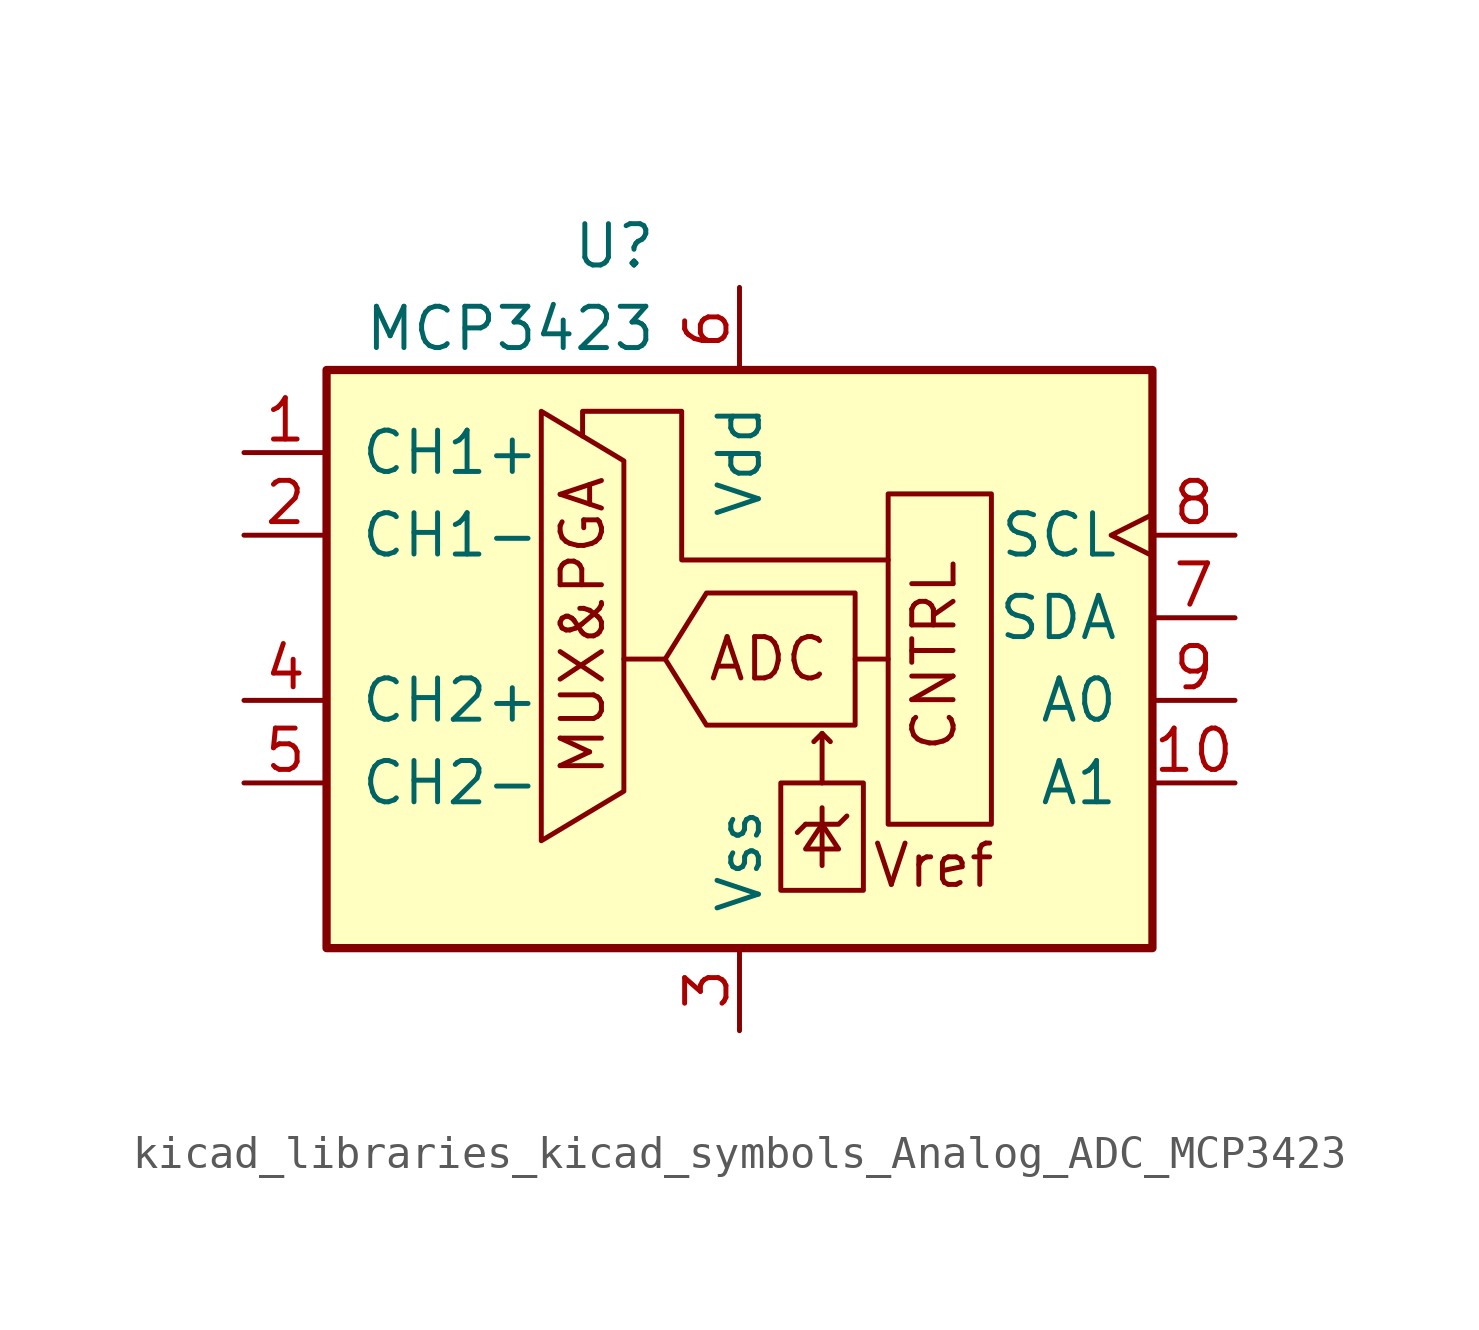
<source format=kicad_sym>
(kicad_symbol_lib
  (version 20220914)
  (generator kicad_symbol_editor)
  (symbol "kicad_libraries_kicad_symbols_Analog_ADC_MCP3423"
    (pin_names
      (offset 1.016))
    (property "Reference" "U"
      (at -2.54 11.43 0)
      (effects (font (size 1.27 1.27)) (justify right)))
    (property "Value" "MCP3423"
      (at -2.54 8.89 0)
      (effects (font (size 1.27 1.27)) (justify right)))
    (symbol "kicad_libraries_kicad_symbols_Analog_ADC_MCP3423_0_0"
      (polyline (pts (xy -6.096 6.35) (xy -3.556 4.826) (xy -3.556 -5.334) (xy -6.096 -6.858) (xy -6.096 6.35)) (stroke (width 0) (type default)) (fill (type none)))
      (polyline (pts (xy 4.572 1.778) (xy -1.778 1.778) (xy -1.778 6.35) (xy -4.826 6.35) (xy -4.826 5.588)) (stroke (width 0) (type default)) (fill (type none)))
      (polyline (pts (xy 3.556 0.762) (xy 3.556 -3.302) (xy -1.016 -3.302) (xy -2.286 -1.27) (xy -1.016 0.762) (xy 3.556 0.762)) (stroke (width 0) (type default)) (fill (type none)))
      (text "ADC" (at 0.889 -1.27 0) (effects (font (size 1.27 1.27))))
      (text "CNTRL" (at 6.731 -4.191 900) (effects (font (size 1.27 1.27)) (justify left bottom)))
      (text "MUX&PGA" (at -4.826 -0.254 900) (effects (font (size 1.27 1.27))))
      (text "Vref" (at 5.969 -7.62 0) (effects (font (size 1.27 1.27)))))
    (symbol "kicad_libraries_kicad_symbols_Analog_ADC_MCP3423_0_1"
      (polyline (pts (xy -3.556 -1.27) (xy -2.286 -1.27)) (stroke (width 0) (type default)) (fill (type none)))
      (polyline (pts (xy 2.032 -6.35) (xy 1.778 -6.604)) (stroke (width 0) (type default)) (fill (type none)))
      (polyline (pts (xy 2.54 -5.842) (xy 2.54 -7.62)) (stroke (width 0) (type default)) (fill (type none)))
      (polyline (pts (xy 2.54 -3.556) (xy 2.794 -3.81)) (stroke (width 0) (type default)) (fill (type none)))
      (polyline (pts (xy 3.556 -1.27) (xy 4.572 -1.27)) (stroke (width 0) (type default)) (fill (type none)))
      (polyline (pts (xy 2.032 -6.35) (xy 3.048 -6.35) (xy 3.302 -6.096)) (stroke (width 0) (type default)) (fill (type none)))
      (polyline (pts (xy 2.54 -5.08) (xy 2.54 -3.556) (xy 2.286 -3.81)) (stroke (width 0) (type default)) (fill (type none)))
      (polyline (pts (xy 2.54 -6.35) (xy 2.032 -7.112) (xy 3.048 -7.112) (xy 2.54 -6.35)) (stroke (width 0) (type default)) (fill (type none)))
      (rectangle (start 1.27 -5.08) (end 3.81 -8.382) (stroke (width 0) (type default)) (fill (type none)))
      (rectangle (start 4.572 -6.35) (end 7.747 3.81) (stroke (width 0) (type default)) (fill (type none)))
      (rectangle (start 12.7 7.62) (end -12.7 -10.16) (stroke (width 0.254) (type default)) (fill (type background))))
    (symbol "kicad_libraries_kicad_symbols_Analog_ADC_MCP3423_1_1"
      (pin input line (at -15.24 5.08 0) (length 2.54) (name "CH1+" (effects (font (size 1.27 1.27)))) (number "1" (effects (font (size 1.27 1.27)))))
      (pin input line (at 15.24 -5.08 180) (length 2.54) (name "A1" (effects (font (size 1.27 1.27)))) (number "10" (effects (font (size 1.27 1.27)))))
      (pin input line (at -15.24 2.54 0) (length 2.54) (name "CH1-" (effects (font (size 1.27 1.27)))) (number "2" (effects (font (size 1.27 1.27)))))
      (pin power_in line (at 0 -12.7 90) (length 2.54) (name "Vss" (effects (font (size 1.27 1.27)))) (number "3" (effects (font (size 1.27 1.27)))))
      (pin input line (at -15.24 -2.54 0) (length 2.54) (name "CH2+" (effects (font (size 1.27 1.27)))) (number "4" (effects (font (size 1.27 1.27)))))
      (pin input line (at -15.24 -5.08 0) (length 2.54) (name "CH2-" (effects (font (size 1.27 1.27)))) (number "5" (effects (font (size 1.27 1.27)))))
      (pin power_in line (at 0 10.16 270) (length 2.54) (name "Vdd" (effects (font (size 1.27 1.27)))) (number "6" (effects (font (size 1.27 1.27)))))
      (pin bidirectional line (at 15.24 0 180) (length 2.54) (name "SDA" (effects (font (size 1.27 1.27)))) (number "7" (effects (font (size 1.27 1.27)))))
      (pin input clock (at 15.24 2.54 180) (length 2.54) (name "SCL" (effects (font (size 1.27 1.27)))) (number "8" (effects (font (size 1.27 1.27)))))
      (pin input line (at 15.24 -2.54 180) (length 2.54) (name "A0" (effects (font (size 1.27 1.27)))) (number "9" (effects (font (size 1.27 1.27))))))))
</source>
